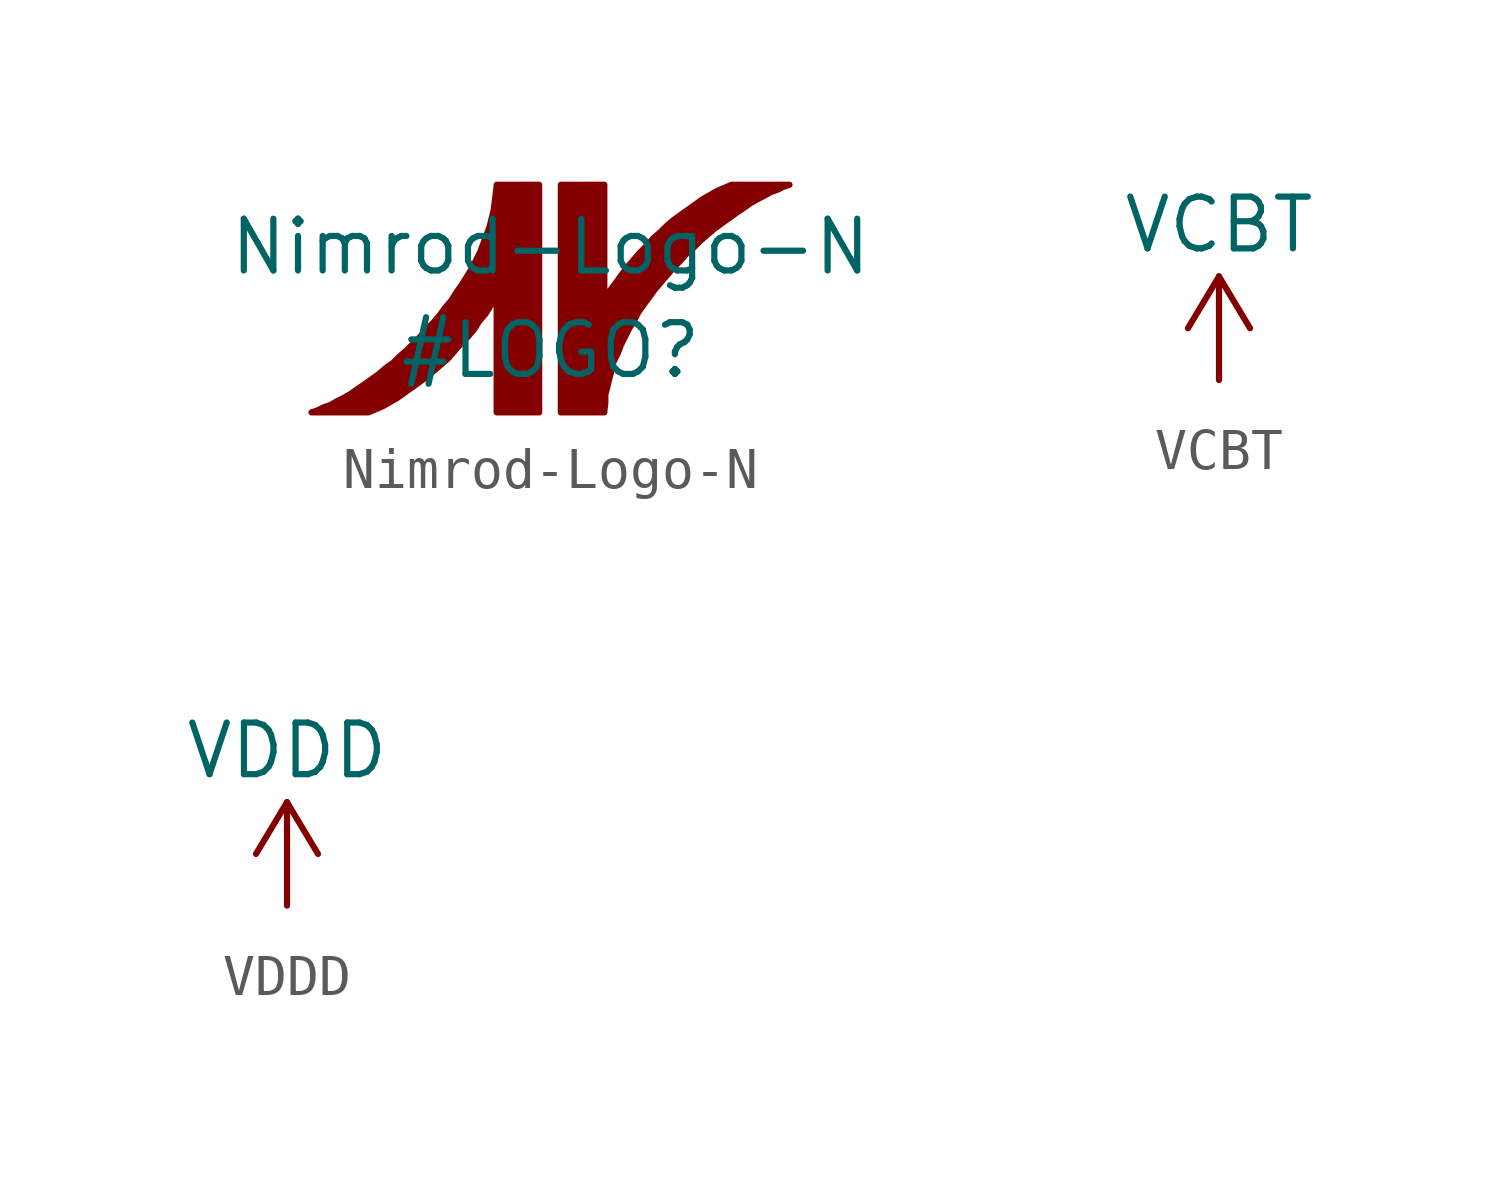
<source format=kicad_sym>
(kicad_symbol_lib
  (version 20211014)
  (generator kicad_symbol_editor)
  (symbol "Nimrod-Logo-N"
    (pin_names
      (offset 1.016))
    (property "Reference" "#LOGO"
      (at 0 -1.27 0)
      (effects (font (size 1.27 1.27))))
    (property "Value" "Nimrod-Logo-N"
      (at 0 1.27 0)
      (effects (font (size 1.27 1.27))))
    (symbol "Nimrod-Logo-N_0_1"
      (polyline (pts (xy -1.321 2.794) (xy -1.321 2.769) (xy -1.346 2.565) (xy -1.372 2.362) (xy -1.397 2.159) (xy -1.448 1.956) (xy -1.499 1.753) (xy -1.575 1.549) (xy -1.651 1.346) (xy -1.727 1.143) (xy -1.829 0.94) (xy -1.93 0.737) (xy -2.057 0.533) (xy -2.184 0.33) (xy -2.311 0.152) (xy -2.438 -0.051) (xy -2.591 -0.229) (xy -2.718 -0.406) (xy -2.87 -0.584) (xy -3.048 -0.762) (xy -3.2 -0.94) (xy -3.353 -1.092) (xy -3.531 -1.27) (xy -3.708 -1.422) (xy -3.861 -1.575) (xy -4.039 -1.702) (xy -4.216 -1.854) (xy -4.394 -1.981) (xy -4.572 -2.108) (xy -4.724 -2.21) (xy -4.902 -2.337) (xy -5.08 -2.438) (xy -5.232 -2.515) (xy -5.41 -2.616) (xy -5.563 -2.667) (xy -5.715 -2.743) (xy -5.867 -2.794) (xy -5.791 -2.794) (xy -5.588 -2.794) (xy -5.309 -2.794) (xy -5.004 -2.794) (xy -4.75 -2.794) (xy -4.547 -2.794) (xy -4.47 -2.794) (xy -4.293 -2.718) (xy -4.115 -2.642) (xy -3.937 -2.54) (xy -3.759 -2.438) (xy -3.581 -2.311) (xy -3.404 -2.184) (xy -3.226 -2.057) (xy -3.048 -1.93) (xy -2.87 -1.778) (xy -2.692 -1.626) (xy -2.515 -1.473) (xy -2.362 -1.295) (xy -2.21 -1.118) (xy -2.032 -0.94) (xy -1.88 -0.762) (xy -1.753 -0.559) (xy -1.6 -0.381) (xy -1.473 -0.178) (xy -1.321 0.025) (xy -1.321 -2.794) (xy -0.279 -2.794) (xy -0.279 2.794) (xy -1.321 2.794)) (stroke (width 0) (type default) (color 0 0 0 0)) (fill (type outline)))
      (polyline (pts (xy 4.445 2.794) (xy 4.267 2.718) (xy 4.089 2.642) (xy 3.912 2.54) (xy 3.734 2.438) (xy 3.556 2.311) (xy 3.378 2.184) (xy 3.2 2.057) (xy 3.023 1.93) (xy 2.845 1.778) (xy 2.692 1.626) (xy 2.515 1.473) (xy 2.362 1.295) (xy 2.184 1.118) (xy 2.032 0.94) (xy 1.88 0.762) (xy 1.727 0.559) (xy 1.6 0.381) (xy 1.448 0.178) (xy 1.321 -0.025) (xy 1.321 2.794) (xy 0.254 2.794) (xy 0.254 -2.794) (xy 1.321 -2.794) (xy 1.321 -2.769) (xy 1.346 -2.565) (xy 1.346 -2.362) (xy 1.397 -2.159) (xy 1.448 -1.956) (xy 1.499 -1.753) (xy 1.549 -1.549) (xy 1.651 -1.346) (xy 1.727 -1.143) (xy 1.829 -0.94) (xy 1.93 -0.737) (xy 2.057 -0.533) (xy 2.159 -0.33) (xy 2.286 -0.152) (xy 2.438 0.051) (xy 2.565 0.229) (xy 2.718 0.406) (xy 2.87 0.584) (xy 3.023 0.762) (xy 3.2 0.94) (xy 3.353 1.118) (xy 3.531 1.27) (xy 3.683 1.422) (xy 3.861 1.575) (xy 4.039 1.727) (xy 4.216 1.854) (xy 4.394 1.981) (xy 4.572 2.108) (xy 4.724 2.21) (xy 4.902 2.337) (xy 5.08 2.438) (xy 5.232 2.515) (xy 5.41 2.616) (xy 5.563 2.667) (xy 5.715 2.743) (xy 5.867 2.794) (xy 5.791 2.794) (xy 5.588 2.794) (xy 5.309 2.794) (xy 5.004 2.794) (xy 4.724 2.794) (xy 4.521 2.794) (xy 4.445 2.794)) (stroke (width 0) (type default) (color 0 0 0 0)) (fill (type outline)))))
  (symbol "VCBT"
    (power)
    (pin_names
      (offset 0))
    (property "Reference" "#PWR"
      (at 0 -3.81 0)
      (effects (font (size 1.27 1.27)) hide))
    (property "Value" "VCBT"
      (at 0 3.81 0)
      (effects (font (size 1.27 1.27))))
    (symbol "VCBT_0_1"
      (polyline (pts (xy -0.762 1.27) (xy 0 2.54)) (stroke (width 0) (type default) (color 0 0 0 0)) (fill (type none)))
      (polyline (pts (xy 0 0) (xy 0 2.54)) (stroke (width 0) (type default) (color 0 0 0 0)) (fill (type none)))
      (polyline (pts (xy 0 2.54) (xy 0.762 1.27)) (stroke (width 0) (type default) (color 0 0 0 0)) (fill (type none))))
    (symbol "VCBT_1_1"
      (pin power_in line (at 0 0 90) (length 0) hide (name "VCBT" (effects (font (size 1.27 1.27)))) (number "1" (effects (font (size 1.27 1.27)))))))
  (symbol "VDDD"
    (power)
    (pin_names
      (offset 0))
    (property "Reference" "#PWR"
      (at 0 -3.81 0)
      (effects (font (size 1.27 1.27)) hide))
    (property "Value" "VDDD"
      (at 0 3.81 0)
      (effects (font (size 1.27 1.27))))
    (symbol "VDDD_0_1"
      (polyline (pts (xy -0.762 1.27) (xy 0 2.54)) (stroke (width 0) (type default) (color 0 0 0 0)) (fill (type none)))
      (polyline (pts (xy 0 0) (xy 0 2.54)) (stroke (width 0) (type default) (color 0 0 0 0)) (fill (type none)))
      (polyline (pts (xy 0 2.54) (xy 0.762 1.27)) (stroke (width 0) (type default) (color 0 0 0 0)) (fill (type none))))
    (symbol "VDDD_1_1"
      (pin power_in line (at 0 0 90) (length 0) hide (name "VDDD" (effects (font (size 1.27 1.27)))) (number "1" (effects (font (size 1.27 1.27))))))))
</source>
